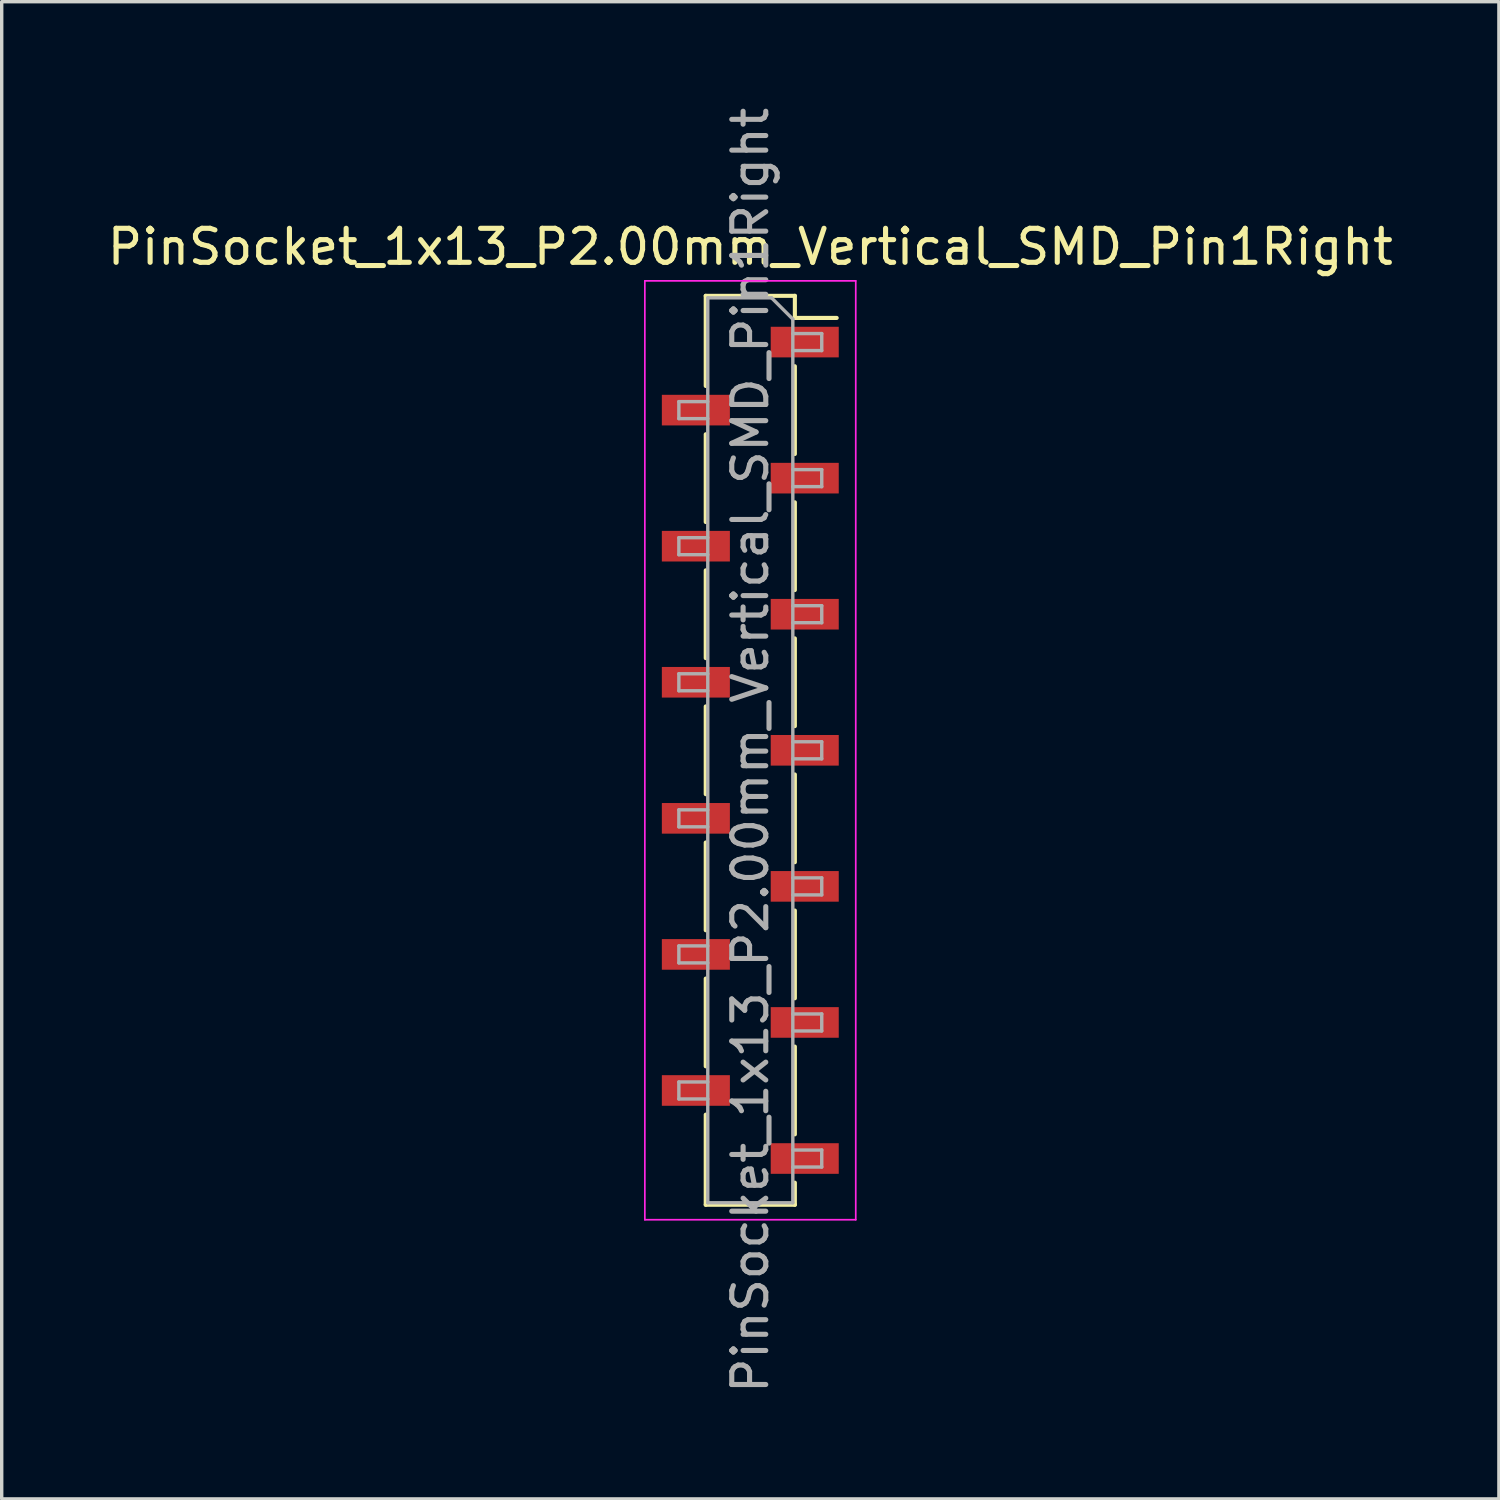
<source format=kicad_pcb>
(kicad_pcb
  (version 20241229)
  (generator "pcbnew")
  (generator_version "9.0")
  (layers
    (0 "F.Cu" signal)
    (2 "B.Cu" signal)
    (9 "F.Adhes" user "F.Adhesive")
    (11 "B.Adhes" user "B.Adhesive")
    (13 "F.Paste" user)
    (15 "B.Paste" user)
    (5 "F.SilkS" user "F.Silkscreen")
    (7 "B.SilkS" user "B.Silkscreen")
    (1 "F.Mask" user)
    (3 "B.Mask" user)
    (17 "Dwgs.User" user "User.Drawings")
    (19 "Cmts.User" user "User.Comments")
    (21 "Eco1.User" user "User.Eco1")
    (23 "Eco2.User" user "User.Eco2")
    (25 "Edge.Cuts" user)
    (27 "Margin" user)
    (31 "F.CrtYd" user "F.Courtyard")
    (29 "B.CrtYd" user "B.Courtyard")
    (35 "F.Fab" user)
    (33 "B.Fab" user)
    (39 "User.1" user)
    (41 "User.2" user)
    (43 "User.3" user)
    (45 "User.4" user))
  (footprint "PinSocket_1x13_P2.00mm_Vertical_SMD_Pin1Right"
    (layer "F.Cu")
    (at 19.006 19.006)
    (property "Reference" "PinSocket_1x13_P2.00mm_Vertical_SMD_Pin1Right" (at 0 -14.8 0) (layer "F.SilkS") (effects (font (size 1 1) (thickness 0.15))))
    (attr smd)
    (fp_line (start -1.31 -13.36) (end -1.31 -10.71) (stroke (width 0.12) (type solid)) (layer "F.SilkS"))
    (fp_line (start -1.31 -13.36) (end 1.31 -13.36) (stroke (width 0.12) (type solid)) (layer "F.SilkS"))
    (fp_line (start -1.31 -9.29) (end -1.31 -6.71) (stroke (width 0.12) (type solid)) (layer "F.SilkS"))
    (fp_line (start -1.31 -5.29) (end -1.31 -2.71) (stroke (width 0.12) (type solid)) (layer "F.SilkS"))
    (fp_line (start -1.31 -1.29) (end -1.31 1.29) (stroke (width 0.12) (type solid)) (layer "F.SilkS"))
    (fp_line (start -1.31 2.71) (end -1.31 5.29) (stroke (width 0.12) (type solid)) (layer "F.SilkS"))
    (fp_line (start -1.31 6.71) (end -1.31 9.29) (stroke (width 0.12) (type solid)) (layer "F.SilkS"))
    (fp_line (start -1.31 10.71) (end -1.31 13.36) (stroke (width 0.12) (type solid)) (layer "F.SilkS"))
    (fp_line (start -1.31 13.36) (end 1.31 13.36) (stroke (width 0.12) (type solid)) (layer "F.SilkS"))
    (fp_line (start 1.31 -13.36) (end 1.31 -12.71) (stroke (width 0.12) (type solid)) (layer "F.SilkS"))
    (fp_line (start 1.31 -12.71) (end 2.54 -12.71) (stroke (width 0.12) (type solid)) (layer "F.SilkS"))
    (fp_line (start 1.31 -11.29) (end 1.31 -8.71) (stroke (width 0.12) (type solid)) (layer "F.SilkS"))
    (fp_line (start 1.31 -7.29) (end 1.31 -4.71) (stroke (width 0.12) (type solid)) (layer "F.SilkS"))
    (fp_line (start 1.31 -3.29) (end 1.31 -0.71) (stroke (width 0.12) (type solid)) (layer "F.SilkS"))
    (fp_line (start 1.31 0.71) (end 1.31 3.29) (stroke (width 0.12) (type solid)) (layer "F.SilkS"))
    (fp_line (start 1.31 4.71) (end 1.31 7.29) (stroke (width 0.12) (type solid)) (layer "F.SilkS"))
    (fp_line (start 1.31 8.71) (end 1.31 11.29) (stroke (width 0.12) (type solid)) (layer "F.SilkS"))
    (fp_line (start 1.31 12.71) (end 1.31 13.36) (stroke (width 0.12) (type solid)) (layer "F.SilkS"))
    (fp_line (start -3.1 -13.8) (end 3.1 -13.8) (stroke (width 0.05) (type solid)) (layer "F.CrtYd"))
    (fp_line (start -3.1 13.8) (end -3.1 -13.8) (stroke (width 0.05) (type solid)) (layer "F.CrtYd"))
    (fp_line (start 3.1 -13.8) (end 3.1 13.8) (stroke (width 0.05) (type solid)) (layer "F.CrtYd"))
    (fp_line (start 3.1 13.8) (end -3.1 13.8) (stroke (width 0.05) (type solid)) (layer "F.CrtYd"))
    (fp_line (start -2.1 -10.25) (end -1.25 -10.25) (stroke (width 0.1) (type solid)) (layer "F.Fab"))
    (fp_line (start -2.1 -9.75) (end -2.1 -10.25) (stroke (width 0.1) (type solid)) (layer "F.Fab"))
    (fp_line (start -2.1 -6.25) (end -1.25 -6.25) (stroke (width 0.1) (type solid)) (layer "F.Fab"))
    (fp_line (start -2.1 -5.75) (end -2.1 -6.25) (stroke (width 0.1) (type solid)) (layer "F.Fab"))
    (fp_line (start -2.1 -2.25) (end -1.25 -2.25) (stroke (width 0.1) (type solid)) (layer "F.Fab"))
    (fp_line (start -2.1 -1.75) (end -2.1 -2.25) (stroke (width 0.1) (type solid)) (layer "F.Fab"))
    (fp_line (start -2.1 1.75) (end -1.25 1.75) (stroke (width 0.1) (type solid)) (layer "F.Fab"))
    (fp_line (start -2.1 2.25) (end -2.1 1.75) (stroke (width 0.1) (type solid)) (layer "F.Fab"))
    (fp_line (start -2.1 5.75) (end -1.25 5.75) (stroke (width 0.1) (type solid)) (layer "F.Fab"))
    (fp_line (start -2.1 6.25) (end -2.1 5.75) (stroke (width 0.1) (type solid)) (layer "F.Fab"))
    (fp_line (start -2.1 9.75) (end -1.25 9.75) (stroke (width 0.1) (type solid)) (layer "F.Fab"))
    (fp_line (start -2.1 10.25) (end -2.1 9.75) (stroke (width 0.1) (type solid)) (layer "F.Fab"))
    (fp_line (start -1.25 -13.3) (end 0.625 -13.3) (stroke (width 0.1) (type solid)) (layer "F.Fab"))
    (fp_line (start -1.25 -9.75) (end -2.1 -9.75) (stroke (width 0.1) (type solid)) (layer "F.Fab"))
    (fp_line (start -1.25 -5.75) (end -2.1 -5.75) (stroke (width 0.1) (type solid)) (layer "F.Fab"))
    (fp_line (start -1.25 -1.75) (end -2.1 -1.75) (stroke (width 0.1) (type solid)) (layer "F.Fab"))
    (fp_line (start -1.25 2.25) (end -2.1 2.25) (stroke (width 0.1) (type solid)) (layer "F.Fab"))
    (fp_line (start -1.25 6.25) (end -2.1 6.25) (stroke (width 0.1) (type solid)) (layer "F.Fab"))
    (fp_line (start -1.25 10.25) (end -2.1 10.25) (stroke (width 0.1) (type solid)) (layer "F.Fab"))
    (fp_line (start -1.25 13.3) (end -1.25 -13.3) (stroke (width 0.1) (type solid)) (layer "F.Fab"))
    (fp_line (start 0.625 -13.3) (end 1.25 -12.675) (stroke (width 0.1) (type solid)) (layer "F.Fab"))
    (fp_line (start 1.25 -12.675) (end 1.25 13.3) (stroke (width 0.1) (type solid)) (layer "F.Fab"))
    (fp_line (start 1.25 -12.25) (end 2.1 -12.25) (stroke (width 0.1) (type solid)) (layer "F.Fab"))
    (fp_line (start 1.25 -8.25) (end 2.1 -8.25) (stroke (width 0.1) (type solid)) (layer "F.Fab"))
    (fp_line (start 1.25 -4.25) (end 2.1 -4.25) (stroke (width 0.1) (type solid)) (layer "F.Fab"))
    (fp_line (start 1.25 -0.25) (end 2.1 -0.25) (stroke (width 0.1) (type solid)) (layer "F.Fab"))
    (fp_line (start 1.25 3.75) (end 2.1 3.75) (stroke (width 0.1) (type solid)) (layer "F.Fab"))
    (fp_line (start 1.25 7.75) (end 2.1 7.75) (stroke (width 0.1) (type solid)) (layer "F.Fab"))
    (fp_line (start 1.25 11.75) (end 2.1 11.75) (stroke (width 0.1) (type solid)) (layer "F.Fab"))
    (fp_line (start 1.25 13.3) (end -1.25 13.3) (stroke (width 0.1) (type solid)) (layer "F.Fab"))
    (fp_line (start 2.1 -12.25) (end 2.1 -11.75) (stroke (width 0.1) (type solid)) (layer "F.Fab"))
    (fp_line (start 2.1 -11.75) (end 1.25 -11.75) (stroke (width 0.1) (type solid)) (layer "F.Fab"))
    (fp_line (start 2.1 -8.25) (end 2.1 -7.75) (stroke (width 0.1) (type solid)) (layer "F.Fab"))
    (fp_line (start 2.1 -7.75) (end 1.25 -7.75) (stroke (width 0.1) (type solid)) (layer "F.Fab"))
    (fp_line (start 2.1 -4.25) (end 2.1 -3.75) (stroke (width 0.1) (type solid)) (layer "F.Fab"))
    (fp_line (start 2.1 -3.75) (end 1.25 -3.75) (stroke (width 0.1) (type solid)) (layer "F.Fab"))
    (fp_line (start 2.1 -0.25) (end 2.1 0.25) (stroke (width 0.1) (type solid)) (layer "F.Fab"))
    (fp_line (start 2.1 0.25) (end 1.25 0.25) (stroke (width 0.1) (type solid)) (layer "F.Fab"))
    (fp_line (start 2.1 3.75) (end 2.1 4.25) (stroke (width 0.1) (type solid)) (layer "F.Fab"))
    (fp_line (start 2.1 4.25) (end 1.25 4.25) (stroke (width 0.1) (type solid)) (layer "F.Fab"))
    (fp_line (start 2.1 7.75) (end 2.1 8.25) (stroke (width 0.1) (type solid)) (layer "F.Fab"))
    (fp_line (start 2.1 8.25) (end 1.25 8.25) (stroke (width 0.1) (type solid)) (layer "F.Fab"))
    (fp_line (start 2.1 11.75) (end 2.1 12.25) (stroke (width 0.1) (type solid)) (layer "F.Fab"))
    (fp_line (start 2.1 12.25) (end 1.25 12.25) (stroke (width 0.1) (type solid)) (layer "F.Fab"))
    (fp_text user "${REFERENCE}" (at 0 0 90) (layer "F.Fab") (effects (font (size 1 1) (thickness 0.15))))
    (pad "1" smd rect (at 1.6 -12) (size 2 0.9) (layers "F.Cu" "F.Mask" "F.Paste"))
    (pad "2" smd rect (at -1.6 -10) (size 2 0.9) (layers "F.Cu" "F.Mask" "F.Paste"))
    (pad "3" smd rect (at 1.6 -8) (size 2 0.9) (layers "F.Cu" "F.Mask" "F.Paste"))
    (pad "4" smd rect (at -1.6 -6) (size 2 0.9) (layers "F.Cu" "F.Mask" "F.Paste"))
    (pad "5" smd rect (at 1.6 -4) (size 2 0.9) (layers "F.Cu" "F.Mask" "F.Paste"))
    (pad "6" smd rect (at -1.6 -2) (size 2 0.9) (layers "F.Cu" "F.Mask" "F.Paste"))
    (pad "7" smd rect (at 1.6 0) (size 2 0.9) (layers "F.Cu" "F.Mask" "F.Paste"))
    (pad "8" smd rect (at -1.6 2) (size 2 0.9) (layers "F.Cu" "F.Mask" "F.Paste"))
    (pad "9" smd rect (at 1.6 4) (size 2 0.9) (layers "F.Cu" "F.Mask" "F.Paste"))
    (pad "10" smd rect (at -1.6 6) (size 2 0.9) (layers "F.Cu" "F.Mask" "F.Paste"))
    (pad "11" smd rect (at 1.6 8) (size 2 0.9) (layers "F.Cu" "F.Mask" "F.Paste"))
    (pad "12" smd rect (at -1.6 10) (size 2 0.9) (layers "F.Cu" "F.Mask" "F.Paste"))
    (pad "13" smd rect (at 1.6 12) (size 2 0.9) (layers "F.Cu" "F.Mask" "F.Paste")))
  (gr_rect
    (start -3 -3)
    (end 41.012 41.012)
    (stroke (width 0.1) (type default))
    (fill no)
    (layer "Edge.Cuts")))
</source>
